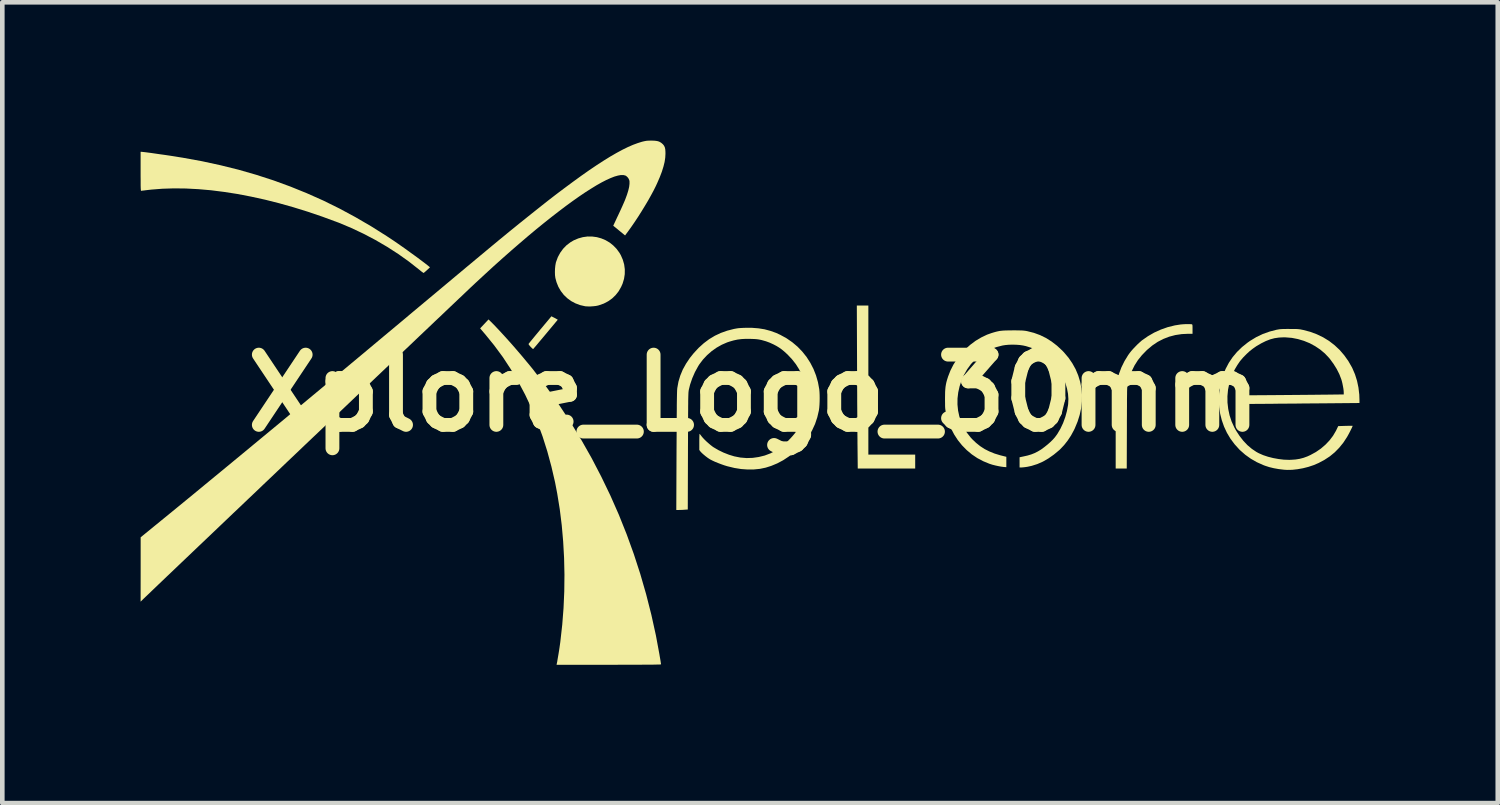
<source format=kicad_pcb>
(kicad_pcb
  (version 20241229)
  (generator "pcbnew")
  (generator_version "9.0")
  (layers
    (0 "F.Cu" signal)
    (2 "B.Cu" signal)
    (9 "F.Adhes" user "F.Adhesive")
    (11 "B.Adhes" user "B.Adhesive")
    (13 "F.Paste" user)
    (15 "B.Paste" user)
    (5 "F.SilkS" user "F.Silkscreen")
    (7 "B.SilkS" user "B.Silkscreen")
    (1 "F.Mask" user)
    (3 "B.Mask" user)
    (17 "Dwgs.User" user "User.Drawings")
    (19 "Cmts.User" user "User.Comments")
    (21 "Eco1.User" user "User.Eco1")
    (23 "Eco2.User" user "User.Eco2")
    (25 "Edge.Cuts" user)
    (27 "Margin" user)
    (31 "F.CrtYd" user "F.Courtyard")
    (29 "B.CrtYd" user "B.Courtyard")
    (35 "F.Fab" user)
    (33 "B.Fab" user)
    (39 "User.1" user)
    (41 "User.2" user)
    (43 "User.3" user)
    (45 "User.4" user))
  (footprint "Xplore_Logo_30mm"
    (layer "F.Cu")
    (at 13.305 5.477)
    (property "Reference" "Xplore_Logo_30mm" (at 0 0 0) (layer "F.SilkS") (effects (font (size 1.524 1.524) (thickness 0.3))))
    (attr board_only exclude_from_pos_files exclude_from_bom)
    (fp_poly (pts (xy 2.481 1.334) (xy 3.497 1.334) (xy 3.497 1.636) (xy 2.251 1.636) (xy 2.246 1.153) (xy 2.245 1.09) (xy 2.245 1.013) (xy 2.244 0.922) (xy 2.243 0.82) (xy 2.242 0.708) (xy 2.242 0.586) (xy 2.241 0.456) (xy 2.24 0.32) (xy 2.239 0.178) (xy 2.239 0.033) (xy 2.238 -0.116) (xy 2.237 -0.266) (xy 2.237 -0.417) (xy 2.236 -0.567) (xy 2.236 -0.614) (xy 2.231 -1.9) (xy 2.481 -1.9)) (stroke (width 0) (type solid)) (fill yes) (layer "F.SilkS"))
    (fp_poly (pts (xy -4.349 -1.643) (xy -4.321 -1.629) (xy -4.295 -1.615) (xy -4.28 -1.606) (xy -4.256 -1.592) (xy -4.52 -1.275) (xy -4.571 -1.214) (xy -4.618 -1.158) (xy -4.662 -1.106) (xy -4.7 -1.06) (xy -4.733 -1.021) (xy -4.76 -0.99) (xy -4.779 -0.968) (xy -4.789 -0.957) (xy -4.79 -0.955) (xy -4.798 -0.96) (xy -4.814 -0.973) (xy -4.834 -0.993) (xy -4.845 -1.004) (xy -4.869 -1.031) (xy -4.884 -1.051) (xy -4.89 -1.064) (xy -4.89 -1.066) (xy -4.884 -1.074) (xy -4.869 -1.093) (xy -4.847 -1.121) (xy -4.817 -1.157) (xy -4.781 -1.201) (xy -4.74 -1.251) (xy -4.695 -1.305) (xy -4.647 -1.363) (xy -4.64 -1.372) (xy -4.394 -1.666)) (stroke (width 0) (type solid)) (fill yes) (layer "F.SilkS"))
    (fp_poly (pts (xy -3.508 -3.396) (xy -3.409 -3.383) (xy -3.312 -3.356) (xy -3.219 -3.317) (xy -3.132 -3.266) (xy -3.052 -3.202) (xy -2.98 -3.128) (xy -2.918 -3.043) (xy -2.888 -2.991) (xy -2.845 -2.892) (xy -2.816 -2.79) (xy -2.802 -2.686) (xy -2.803 -2.581) (xy -2.819 -2.477) (xy -2.85 -2.375) (xy -2.88 -2.307) (xy -2.935 -2.21) (xy -3.001 -2.126) (xy -3.077 -2.053) (xy -3.163 -1.992) (xy -3.258 -1.942) (xy -3.364 -1.905) (xy -3.386 -1.899) (xy -3.43 -1.89) (xy -3.484 -1.884) (xy -3.541 -1.88) (xy -3.596 -1.88) (xy -3.644 -1.882) (xy -3.663 -1.884) (xy -3.772 -1.909) (xy -3.873 -1.947) (xy -3.967 -1.997) (xy -4.051 -2.059) (xy -4.126 -2.131) (xy -4.19 -2.214) (xy -4.243 -2.305) (xy -4.283 -2.405) (xy -4.308 -2.497) (xy -4.316 -2.557) (xy -4.318 -2.625) (xy -4.316 -2.696) (xy -4.309 -2.766) (xy -4.298 -2.828) (xy -4.292 -2.848) (xy -4.254 -2.951) (xy -4.202 -3.046) (xy -4.139 -3.132) (xy -4.065 -3.208) (xy -3.979 -3.273) (xy -3.911 -3.313) (xy -3.812 -3.355) (xy -3.711 -3.383) (xy -3.61 -3.397)) (stroke (width 0) (type solid)) (fill yes) (layer "F.SilkS"))
    (fp_poly (pts (xy 9.446 -1.496) (xy 9.477 -1.495) (xy 9.497 -1.493) (xy 9.501 -1.492) (xy 9.506 -1.487) (xy 9.51 -1.478) (xy 9.512 -1.46) (xy 9.513 -1.433) (xy 9.513 -1.392) (xy 9.513 -1.387) (xy 9.513 -1.287) (xy 9.426 -1.287) (xy 9.28 -1.28) (xy 9.14 -1.259) (xy 9.007 -1.224) (xy 8.88 -1.175) (xy 8.758 -1.112) (xy 8.642 -1.034) (xy 8.531 -0.941) (xy 8.515 -0.926) (xy 8.415 -0.823) (xy 8.328 -0.715) (xy 8.255 -0.6) (xy 8.195 -0.478) (xy 8.146 -0.346) (xy 8.108 -0.205) (xy 8.108 -0.203) (xy 8.105 -0.191) (xy 8.103 -0.179) (xy 8.101 -0.166) (xy 8.099 -0.152) (xy 8.098 -0.135) (xy 8.096 -0.114) (xy 8.095 -0.089) (xy 8.094 -0.059) (xy 8.093 -0.022) (xy 8.093 0.022) (xy 8.092 0.075) (xy 8.091 0.136) (xy 8.091 0.207) (xy 8.091 0.289) (xy 8.09 0.383) (xy 8.09 0.49) (xy 8.089 0.61) (xy 8.089 0.745) (xy 8.089 0.754) (xy 8.086 1.636) (xy 7.846 1.636) (xy 7.846 0.794) (xy 7.846 0.646) (xy 7.847 0.509) (xy 7.847 0.385) (xy 7.848 0.273) (xy 7.848 0.173) (xy 7.849 0.088) (xy 7.85 0.015) (xy 7.851 -0.042) (xy 7.853 -0.086) (xy 7.854 -0.114) (xy 7.855 -0.122) (xy 7.878 -0.27) (xy 7.917 -0.416) (xy 7.97 -0.558) (xy 8.037 -0.694) (xy 8.116 -0.823) (xy 8.148 -0.868) (xy 8.182 -0.911) (xy 8.224 -0.959) (xy 8.272 -1.009) (xy 8.321 -1.059) (xy 8.369 -1.103) (xy 8.411 -1.14) (xy 8.416 -1.144) (xy 8.545 -1.234) (xy 8.682 -1.313) (xy 8.826 -1.378) (xy 8.976 -1.431) (xy 9.13 -1.469) (xy 9.25 -1.488) (xy 9.283 -1.491) (xy 9.323 -1.494) (xy 9.365 -1.496) (xy 9.407 -1.496)) (stroke (width 0) (type solid)) (fill yes) (layer "F.SilkS"))
    (fp_poly (pts (xy -5.708 -1.549) (xy -5.64 -1.481) (xy -5.565 -1.402) (xy -5.483 -1.314) (xy -5.396 -1.219) (xy -5.306 -1.119) (xy -5.214 -1.015) (xy -5.122 -0.908) (xy -5.031 -0.802) (xy -4.944 -0.697) (xy -4.86 -0.596) (xy -4.782 -0.5) (xy -4.765 -0.477) (xy -4.49 -0.116) (xy -4.228 0.254) (xy -3.979 0.632) (xy -3.743 1.019) (xy -3.52 1.413) (xy -3.311 1.815) (xy -3.114 2.224) (xy -2.931 2.639) (xy -2.762 3.062) (xy -2.607 3.49) (xy -2.466 3.924) (xy -2.339 4.364) (xy -2.226 4.809) (xy -2.127 5.258) (xy -2.051 5.668) (xy -2.042 5.723) (xy -2.033 5.773) (xy -2.026 5.816) (xy -2.021 5.85) (xy -2.017 5.873) (xy -2.016 5.883) (xy -2.019 5.884) (xy -2.027 5.885) (xy -2.043 5.887) (xy -2.066 5.888) (xy -2.096 5.888) (xy -2.135 5.889) (xy -2.183 5.89) (xy -2.241 5.891) (xy -2.31 5.891) (xy -2.389 5.891) (xy -2.48 5.892) (xy -2.584 5.892) (xy -2.7 5.892) (xy -2.83 5.892) (xy -2.974 5.893) (xy -3.133 5.893) (xy -4.282 5.893) (xy -4.277 5.867) (xy -4.269 5.83) (xy -4.261 5.78) (xy -4.251 5.722) (xy -4.24 5.658) (xy -4.229 5.591) (xy -4.219 5.525) (xy -4.21 5.462) (xy -4.202 5.406) (xy -4.199 5.381) (xy -4.159 5.023) (xy -4.131 4.663) (xy -4.115 4.3) (xy -4.111 3.938) (xy -4.119 3.577) (xy -4.139 3.219) (xy -4.17 2.865) (xy -4.213 2.518) (xy -4.268 2.178) (xy -4.315 1.934) (xy -4.394 1.593) (xy -4.484 1.261) (xy -4.586 0.939) (xy -4.7 0.628) (xy -4.826 0.326) (xy -4.964 0.034) (xy -5.114 -0.248) (xy -5.276 -0.52) (xy -5.449 -0.783) (xy -5.635 -1.035) (xy -5.832 -1.278) (xy -5.848 -1.296) (xy -5.94 -1.404) (xy -5.849 -1.501) (xy -5.758 -1.598)) (stroke (width 0) (type solid)) (fill yes) (layer "F.SilkS"))
    (fp_poly (pts (xy -13.268 -5.232) (xy -13.237 -5.229) (xy -13.194 -5.224) (xy -13.14 -5.217) (xy -13.078 -5.209) (xy -13.009 -5.199) (xy -12.934 -5.188) (xy -12.856 -5.177) (xy -12.776 -5.166) (xy -12.695 -5.154) (xy -12.616 -5.142) (xy -12.54 -5.13) (xy -12.469 -5.118) (xy -12.404 -5.108) (xy -12.386 -5.105) (xy -11.974 -5.03) (xy -11.573 -4.943) (xy -11.182 -4.846) (xy -10.799 -4.736) (xy -10.425 -4.615) (xy -10.058 -4.481) (xy -9.698 -4.335) (xy -9.343 -4.177) (xy -8.994 -4.005) (xy -8.649 -3.819) (xy -8.307 -3.62) (xy -7.969 -3.407) (xy -7.854 -3.331) (xy -7.796 -3.292) (xy -7.732 -3.248) (xy -7.662 -3.199) (xy -7.589 -3.148) (xy -7.514 -3.094) (xy -7.44 -3.04) (xy -7.366 -2.987) (xy -7.296 -2.936) (xy -7.231 -2.887) (xy -7.172 -2.843) (xy -7.121 -2.804) (xy -7.08 -2.772) (xy -7.052 -2.749) (xy -7.028 -2.729) (xy -7.094 -2.667) (xy -7.121 -2.643) (xy -7.144 -2.623) (xy -7.16 -2.61) (xy -7.168 -2.606) (xy -7.176 -2.611) (xy -7.194 -2.624) (xy -7.22 -2.643) (xy -7.25 -2.668) (xy -7.265 -2.68) (xy -7.485 -2.853) (xy -7.717 -3.018) (xy -7.959 -3.174) (xy -8.211 -3.321) (xy -8.47 -3.457) (xy -8.735 -3.582) (xy -9.004 -3.695) (xy -9.048 -3.711) (xy -9.365 -3.828) (xy -9.68 -3.935) (xy -9.993 -4.032) (xy -10.302 -4.119) (xy -10.607 -4.196) (xy -10.908 -4.262) (xy -11.204 -4.319) (xy -11.494 -4.364) (xy -11.778 -4.4) (xy -12.054 -4.424) (xy -12.323 -4.438) (xy -12.583 -4.441) (xy -12.834 -4.433) (xy -13.076 -4.414) (xy -13.197 -4.4) (xy -13.233 -4.395) (xy -13.264 -4.392) (xy -13.285 -4.389) (xy -13.295 -4.388) (xy -13.297 -4.391) (xy -13.299 -4.399) (xy -13.3 -4.414) (xy -13.302 -4.437) (xy -13.303 -4.468) (xy -13.304 -4.51) (xy -13.304 -4.563) (xy -13.304 -4.628) (xy -13.305 -4.706) (xy -13.305 -4.798) (xy -13.305 -4.811) (xy -13.305 -5.234) (xy -13.286 -5.234)) (stroke (width 0) (type solid)) (fill yes) (layer "F.SilkS"))
    (fp_poly (pts (xy 5.681 -1.361) (xy 5.735 -1.36) (xy 5.779 -1.359) (xy 5.814 -1.358) (xy 5.844 -1.356) (xy 5.87 -1.353) (xy 5.894 -1.35) (xy 5.92 -1.345) (xy 5.93 -1.343) (xy 6.072 -1.307) (xy 6.206 -1.258) (xy 6.335 -1.195) (xy 6.457 -1.118) (xy 6.575 -1.027) (xy 6.688 -0.922) (xy 6.725 -0.883) (xy 6.823 -0.767) (xy 6.907 -0.644) (xy 6.978 -0.516) (xy 7.033 -0.384) (xy 7.075 -0.247) (xy 7.102 -0.107) (xy 7.115 0.036) (xy 7.113 0.181) (xy 7.097 0.327) (xy 7.065 0.474) (xy 7.019 0.62) (xy 6.958 0.767) (xy 6.938 0.808) (xy 6.876 0.922) (xy 6.805 1.029) (xy 6.728 1.127) (xy 6.647 1.213) (xy 6.623 1.236) (xy 6.505 1.334) (xy 6.387 1.417) (xy 6.268 1.486) (xy 6.147 1.539) (xy 6.024 1.578) (xy 5.933 1.598) (xy 5.893 1.604) (xy 5.853 1.609) (xy 5.82 1.612) (xy 5.803 1.613) (xy 5.761 1.613) (xy 5.761 1.392) (xy 5.846 1.374) (xy 5.935 1.354) (xy 6.015 1.33) (xy 6.088 1.301) (xy 6.157 1.266) (xy 6.227 1.224) (xy 6.299 1.171) (xy 6.37 1.114) (xy 6.431 1.06) (xy 6.482 1.01) (xy 6.527 0.959) (xy 6.567 0.905) (xy 6.583 0.882) (xy 6.648 0.771) (xy 6.705 0.65) (xy 6.752 0.522) (xy 6.788 0.391) (xy 6.812 0.262) (xy 6.815 0.236) (xy 6.82 0.129) (xy 6.812 0.016) (xy 6.79 -0.099) (xy 6.756 -0.215) (xy 6.711 -0.33) (xy 6.655 -0.443) (xy 6.588 -0.55) (xy 6.522 -0.638) (xy 6.443 -0.724) (xy 6.352 -0.802) (xy 6.25 -0.871) (xy 6.139 -0.931) (xy 6.021 -0.981) (xy 5.899 -1.019) (xy 5.836 -1.033) (xy 5.768 -1.043) (xy 5.69 -1.049) (xy 5.608 -1.051) (xy 5.527 -1.049) (xy 5.451 -1.042) (xy 5.389 -1.032) (xy 5.251 -0.996) (xy 5.123 -0.946) (xy 5.004 -0.884) (xy 4.894 -0.811) (xy 4.795 -0.725) (xy 4.705 -0.628) (xy 4.626 -0.519) (xy 4.557 -0.399) (xy 4.505 -0.283) (xy 4.461 -0.15) (xy 4.431 -0.017) (xy 4.415 0.116) (xy 4.414 0.248) (xy 4.427 0.378) (xy 4.454 0.504) (xy 4.494 0.626) (xy 4.548 0.744) (xy 4.616 0.855) (xy 4.696 0.958) (xy 4.732 0.998) (xy 4.818 1.08) (xy 4.907 1.151) (xy 5.002 1.213) (xy 5.105 1.265) (xy 5.218 1.311) (xy 5.343 1.349) (xy 5.402 1.364) (xy 5.474 1.382) (xy 5.474 1.607) (xy 5.414 1.602) (xy 5.362 1.595) (xy 5.301 1.584) (xy 5.237 1.57) (xy 5.173 1.554) (xy 5.117 1.536) (xy 5.11 1.534) (xy 4.974 1.478) (xy 4.845 1.41) (xy 4.725 1.329) (xy 4.614 1.236) (xy 4.513 1.133) (xy 4.422 1.02) (xy 4.342 0.897) (xy 4.274 0.766) (xy 4.219 0.627) (xy 4.176 0.481) (xy 4.166 0.438) (xy 4.16 0.407) (xy 4.155 0.38) (xy 4.151 0.355) (xy 4.148 0.329) (xy 4.146 0.299) (xy 4.145 0.262) (xy 4.145 0.217) (xy 4.144 0.16) (xy 4.144 0.124) (xy 4.145 0.044) (xy 4.146 -0.025) (xy 4.15 -0.083) (xy 4.155 -0.135) (xy 4.163 -0.184) (xy 4.173 -0.233) (xy 4.187 -0.284) (xy 4.205 -0.341) (xy 4.211 -0.36) (xy 4.262 -0.491) (xy 4.326 -0.617) (xy 4.402 -0.737) (xy 4.49 -0.85) (xy 4.588 -0.955) (xy 4.694 -1.05) (xy 4.808 -1.135) (xy 4.929 -1.207) (xy 5.054 -1.267) (xy 5.149 -1.301) (xy 5.201 -1.317) (xy 5.247 -1.33) (xy 5.289 -1.34) (xy 5.33 -1.348) (xy 5.373 -1.353) (xy 5.42 -1.357) (xy 5.475 -1.359) (xy 5.54 -1.36) (xy 5.613 -1.361)) (stroke (width 0) (type solid)) (fill yes) (layer "F.SilkS"))
    (fp_poly (pts (xy 11.618 -1.391) (xy 11.68 -1.391) (xy 11.728 -1.391) (xy 11.767 -1.39) (xy 11.799 -1.388) (xy 11.827 -1.385) (xy 11.853 -1.382) (xy 11.881 -1.376) (xy 11.911 -1.37) (xy 12.064 -1.33) (xy 12.209 -1.276) (xy 12.346 -1.21) (xy 12.475 -1.131) (xy 12.594 -1.039) (xy 12.704 -0.936) (xy 12.803 -0.821) (xy 12.892 -0.696) (xy 12.97 -0.56) (xy 12.98 -0.54) (xy 13.037 -0.407) (xy 13.081 -0.267) (xy 13.112 -0.12) (xy 13.13 0.032) (xy 13.134 0.148) (xy 13.134 0.215) (xy 12.465 0.221) (xy 12.344 0.222) (xy 12.211 0.223) (xy 12.07 0.224) (xy 11.924 0.225) (xy 11.776 0.227) (xy 11.629 0.228) (xy 11.487 0.229) (xy 11.352 0.23) (xy 11.227 0.232) (xy 11.161 0.232) (xy 11.063 0.233) (xy 10.97 0.234) (xy 10.882 0.234) (xy 10.801 0.235) (xy 10.728 0.235) (xy 10.665 0.236) (xy 10.611 0.236) (xy 10.569 0.236) (xy 10.54 0.236) (xy 10.524 0.235) (xy 10.522 0.235) (xy 10.52 0.227) (xy 10.518 0.206) (xy 10.517 0.176) (xy 10.515 0.141) (xy 10.512 0.049) (xy 11.247 0.044) (xy 11.364 0.043) (xy 11.485 0.042) (xy 11.608 0.041) (xy 11.73 0.04) (xy 11.85 0.039) (xy 11.966 0.038) (xy 12.076 0.037) (xy 12.177 0.036) (xy 12.268 0.035) (xy 12.347 0.034) (xy 12.388 0.034) (xy 12.793 0.029) (xy 12.793 -0.012) (xy 12.791 -0.05) (xy 12.785 -0.099) (xy 12.775 -0.154) (xy 12.764 -0.21) (xy 12.751 -0.263) (xy 12.739 -0.302) (xy 12.697 -0.411) (xy 12.641 -0.522) (xy 12.573 -0.631) (xy 12.496 -0.737) (xy 12.474 -0.764) (xy 12.384 -0.859) (xy 12.283 -0.944) (xy 12.173 -1.018) (xy 12.055 -1.082) (xy 11.93 -1.133) (xy 11.8 -1.172) (xy 11.667 -1.198) (xy 11.532 -1.209) (xy 11.489 -1.21) (xy 11.388 -1.205) (xy 11.292 -1.191) (xy 11.198 -1.166) (xy 11.103 -1.129) (xy 11.004 -1.08) (xy 10.98 -1.066) (xy 10.895 -1.016) (xy 10.821 -0.964) (xy 10.751 -0.909) (xy 10.686 -0.849) (xy 10.609 -0.771) (xy 10.543 -0.693) (xy 10.486 -0.61) (xy 10.432 -0.519) (xy 10.41 -0.476) (xy 10.354 -0.346) (xy 10.311 -0.211) (xy 10.283 -0.074) (xy 10.27 0.066) (xy 10.271 0.205) (xy 10.287 0.344) (xy 10.316 0.481) (xy 10.36 0.615) (xy 10.419 0.744) (xy 10.455 0.81) (xy 10.532 0.928) (xy 10.615 1.035) (xy 10.704 1.129) (xy 10.799 1.209) (xy 10.898 1.276) (xy 10.952 1.305) (xy 11.046 1.346) (xy 11.151 1.381) (xy 11.263 1.409) (xy 11.379 1.43) (xy 11.494 1.444) (xy 11.607 1.448) (xy 11.649 1.447) (xy 11.748 1.44) (xy 11.836 1.426) (xy 11.92 1.404) (xy 12.005 1.373) (xy 12.07 1.343) (xy 12.189 1.278) (xy 12.298 1.203) (xy 12.397 1.118) (xy 12.485 1.025) (xy 12.561 0.925) (xy 12.624 0.818) (xy 12.638 0.789) (xy 12.673 0.716) (xy 12.828 0.711) (xy 12.875 0.71) (xy 12.917 0.709) (xy 12.951 0.709) (xy 12.974 0.709) (xy 12.985 0.709) (xy 12.985 0.709) (xy 12.984 0.717) (xy 12.976 0.737) (xy 12.963 0.765) (xy 12.946 0.799) (xy 12.927 0.837) (xy 12.907 0.876) (xy 12.886 0.914) (xy 12.867 0.948) (xy 12.864 0.953) (xy 12.784 1.075) (xy 12.695 1.185) (xy 12.598 1.284) (xy 12.491 1.372) (xy 12.372 1.45) (xy 12.246 1.517) (xy 12.141 1.562) (xy 12.027 1.6) (xy 11.909 1.63) (xy 11.791 1.651) (xy 11.675 1.664) (xy 11.564 1.666) (xy 11.498 1.662) (xy 11.381 1.648) (xy 11.275 1.629) (xy 11.176 1.605) (xy 11.081 1.574) (xy 11.05 1.562) (xy 10.909 1.499) (xy 10.778 1.424) (xy 10.656 1.337) (xy 10.542 1.237) (xy 10.526 1.221) (xy 10.424 1.108) (xy 10.335 0.988) (xy 10.259 0.861) (xy 10.197 0.728) (xy 10.148 0.589) (xy 10.112 0.447) (xy 10.09 0.302) (xy 10.082 0.155) (xy 10.089 0.007) (xy 10.109 -0.142) (xy 10.144 -0.289) (xy 10.193 -0.435) (xy 10.232 -0.528) (xy 10.301 -0.658) (xy 10.383 -0.78) (xy 10.478 -0.893) (xy 10.586 -0.998) (xy 10.707 -1.095) (xy 10.761 -1.133) (xy 10.896 -1.215) (xy 11.037 -1.282) (xy 11.185 -1.335) (xy 11.336 -1.374) (xy 11.366 -1.379) (xy 11.393 -1.384) (xy 11.421 -1.387) (xy 11.452 -1.389) (xy 11.489 -1.391) (xy 11.534 -1.391) (xy 11.591 -1.392)) (stroke (width 0) (type solid)) (fill yes) (layer "F.SilkS"))
    (fp_poly (pts (xy -0.041 -1.416) (xy 0.098 -1.405) (xy 0.229 -1.384) (xy 0.356 -1.35) (xy 0.479 -1.306) (xy 0.57 -1.264) (xy 0.705 -1.19) (xy 0.83 -1.104) (xy 0.945 -1.007) (xy 1.049 -0.899) (xy 1.142 -0.782) (xy 1.222 -0.657) (xy 1.291 -0.523) (xy 1.346 -0.383) (xy 1.388 -0.236) (xy 1.416 -0.083) (xy 1.416 -0.082) (xy 1.421 -0.027) (xy 1.424 0.038) (xy 1.425 0.109) (xy 1.424 0.181) (xy 1.421 0.252) (xy 1.416 0.316) (xy 1.409 0.369) (xy 1.408 0.376) (xy 1.373 0.526) (xy 1.325 0.669) (xy 1.262 0.806) (xy 1.186 0.935) (xy 1.095 1.058) (xy 0.991 1.175) (xy 0.881 1.277) (xy 0.758 1.374) (xy 0.634 1.456) (xy 0.506 1.524) (xy 0.374 1.579) (xy 0.254 1.617) (xy 0.13 1.643) (xy -0.001 1.656) (xy -0.138 1.657) (xy -0.279 1.647) (xy -0.423 1.624) (xy -0.568 1.589) (xy -0.58 1.586) (xy -0.645 1.566) (xy -0.713 1.542) (xy -0.781 1.516) (xy -0.845 1.49) (xy -0.901 1.464) (xy -0.948 1.44) (xy -0.958 1.434) (xy -1.001 1.406) (xy -1.046 1.372) (xy -1.09 1.336) (xy -1.128 1.302) (xy -1.158 1.271) (xy -1.162 1.266) (xy -1.186 1.234) (xy -1.186 1.059) (xy -1.186 1.009) (xy -1.185 0.964) (xy -1.184 0.928) (xy -1.183 0.901) (xy -1.181 0.886) (xy -1.18 0.884) (xy -1.173 0.89) (xy -1.16 0.906) (xy -1.144 0.927) (xy -1.144 0.928) (xy -1.116 0.962) (xy -1.078 1.003) (xy -1.034 1.046) (xy -0.987 1.088) (xy -0.94 1.128) (xy -0.897 1.161) (xy -0.883 1.171) (xy -0.777 1.234) (xy -0.662 1.29) (xy -0.542 1.337) (xy -0.427 1.372) (xy -0.295 1.398) (xy -0.161 1.409) (xy -0.028 1.405) (xy 0.104 1.386) (xy 0.233 1.354) (xy 0.358 1.307) (xy 0.478 1.246) (xy 0.57 1.188) (xy 0.607 1.159) (xy 0.651 1.121) (xy 0.698 1.076) (xy 0.748 1.027) (xy 0.796 0.977) (xy 0.84 0.928) (xy 0.877 0.884) (xy 0.901 0.853) (xy 0.965 0.751) (xy 1.021 0.64) (xy 1.067 0.524) (xy 1.1 0.406) (xy 1.104 0.388) (xy 1.116 0.317) (xy 1.125 0.236) (xy 1.129 0.151) (xy 1.13 0.066) (xy 1.126 -0.01) (xy 1.108 -0.148) (xy 1.078 -0.278) (xy 1.035 -0.401) (xy 0.978 -0.517) (xy 0.908 -0.628) (xy 0.824 -0.735) (xy 0.725 -0.84) (xy 0.717 -0.847) (xy 0.657 -0.902) (xy 0.601 -0.948) (xy 0.546 -0.987) (xy 0.487 -1.023) (xy 0.422 -1.057) (xy 0.341 -1.094) (xy 0.26 -1.124) (xy 0.172 -1.149) (xy 0.155 -1.153) (xy 0.121 -1.16) (xy 0.087 -1.166) (xy 0.051 -1.17) (xy 0.009 -1.173) (xy -0.043 -1.175) (xy -0.074 -1.176) (xy -0.177 -1.177) (xy -0.27 -1.172) (xy -0.357 -1.161) (xy -0.441 -1.143) (xy -0.528 -1.118) (xy -0.582 -1.1) (xy -0.699 -1.049) (xy -0.812 -0.985) (xy -0.919 -0.909) (xy -1.018 -0.822) (xy -1.107 -0.727) (xy -1.185 -0.624) (xy -1.209 -0.586) (xy -1.28 -0.457) (xy -1.339 -0.322) (xy -1.386 -0.184) (xy -1.412 -0.078) (xy -1.414 -0.068) (xy -1.416 -0.057) (xy -1.418 -0.046) (xy -1.419 -0.033) (xy -1.421 -0.017) (xy -1.422 0.003) (xy -1.423 0.026) (xy -1.424 0.054) (xy -1.425 0.088) (xy -1.426 0.128) (xy -1.427 0.175) (xy -1.427 0.23) (xy -1.428 0.294) (xy -1.428 0.366) (xy -1.429 0.449) (xy -1.429 0.543) (xy -1.43 0.648) (xy -1.43 0.765) (xy -1.431 0.896) (xy -1.431 1.04) (xy -1.432 1.198) (xy -1.432 1.261) (xy -1.436 2.525) (xy -1.511 2.53) (xy -1.551 2.533) (xy -1.592 2.534) (xy -1.626 2.535) (xy -1.635 2.535) (xy -1.685 2.535) (xy -1.68 1.254) (xy -1.679 1.083) (xy -1.678 0.926) (xy -1.677 0.784) (xy -1.677 0.655) (xy -1.676 0.539) (xy -1.675 0.435) (xy -1.674 0.343) (xy -1.674 0.261) (xy -1.673 0.189) (xy -1.672 0.127) (xy -1.671 0.073) (xy -1.67 0.027) (xy -1.669 -0.011) (xy -1.668 -0.043) (xy -1.667 -0.069) (xy -1.665 -0.089) (xy -1.664 -0.105) (xy -1.663 -0.112) (xy -1.638 -0.249) (xy -1.598 -0.382) (xy -1.544 -0.512) (xy -1.474 -0.638) (xy -1.39 -0.763) (xy -1.309 -0.864) (xy -1.201 -0.981) (xy -1.089 -1.082) (xy -0.972 -1.17) (xy -0.849 -1.244) (xy -0.719 -1.305) (xy -0.581 -1.354) (xy -0.433 -1.392) (xy -0.432 -1.392) (xy -0.389 -1.4) (xy -0.347 -1.407) (xy -0.301 -1.411) (xy -0.248 -1.414) (xy -0.19 -1.416)) (stroke (width 0) (type solid)) (fill yes) (layer "F.SilkS"))
    (fp_poly (pts (xy -2.171 -5.476) (xy -2.121 -5.471) (xy -2.08 -5.463) (xy -2.045 -5.449) (xy -2.014 -5.43) (xy -2.007 -5.425) (xy -1.975 -5.397) (xy -1.952 -5.368) (xy -1.935 -5.334) (xy -1.925 -5.292) (xy -1.921 -5.24) (xy -1.92 -5.191) (xy -1.925 -5.105) (xy -1.939 -5.013) (xy -1.964 -4.912) (xy -1.998 -4.803) (xy -2.043 -4.685) (xy -2.099 -4.556) (xy -2.128 -4.493) (xy -2.176 -4.397) (xy -2.232 -4.293) (xy -2.295 -4.18) (xy -2.364 -4.064) (xy -2.437 -3.945) (xy -2.512 -3.826) (xy -2.589 -3.71) (xy -2.666 -3.598) (xy -2.741 -3.494) (xy -2.772 -3.453) (xy -2.796 -3.42) (xy -2.854 -3.468) (xy -2.886 -3.494) (xy -2.924 -3.525) (xy -2.962 -3.557) (xy -2.983 -3.574) (xy -3.053 -3.631) (xy -3.018 -3.705) (xy -2.971 -3.806) (xy -2.927 -3.899) (xy -2.888 -3.983) (xy -2.854 -4.058) (xy -2.826 -4.122) (xy -2.803 -4.175) (xy -2.789 -4.21) (xy -2.753 -4.308) (xy -2.726 -4.396) (xy -2.708 -4.472) (xy -2.7 -4.538) (xy -2.7 -4.592) (xy -2.705 -4.619) (xy -2.721 -4.654) (xy -2.745 -4.686) (xy -2.774 -4.711) (xy -2.789 -4.719) (xy -2.833 -4.73) (xy -2.888 -4.73) (xy -2.953 -4.718) (xy -3.027 -4.697) (xy -3.111 -4.664) (xy -3.204 -4.622) (xy -3.305 -4.57) (xy -3.415 -4.508) (xy -3.532 -4.436) (xy -3.658 -4.356) (xy -3.791 -4.266) (xy -3.93 -4.168) (xy -4.077 -4.061) (xy -4.23 -3.945) (xy -4.389 -3.822) (xy -4.554 -3.691) (xy -4.725 -3.552) (xy -4.9 -3.406) (xy -5.08 -3.252) (xy -5.265 -3.092) (xy -5.454 -2.925) (xy -5.647 -2.752) (xy -5.843 -2.572) (xy -6.043 -2.387) (xy -6.15 -2.287) (xy -6.2 -2.239) (xy -6.259 -2.183) (xy -6.328 -2.117) (xy -6.406 -2.044) (xy -6.492 -1.962) (xy -6.586 -1.873) (xy -6.688 -1.776) (xy -6.797 -1.672) (xy -6.914 -1.562) (xy -7.036 -1.445) (xy -7.165 -1.323) (xy -7.3 -1.195) (xy -7.44 -1.061) (xy -7.586 -0.923) (xy -7.736 -0.781) (xy -7.89 -0.634) (xy -8.048 -0.484) (xy -8.21 -0.33) (xy -8.375 -0.173) (xy -8.542 -0.014) (xy -8.712 0.148) (xy -8.884 0.312) (xy -9.058 0.477) (xy -9.233 0.643) (xy -9.409 0.811) (xy -9.585 0.978) (xy -9.762 1.146) (xy -9.938 1.314) (xy -10.114 1.481) (xy -10.288 1.647) (xy -10.461 1.812) (xy -10.633 1.975) (xy -10.802 2.137) (xy -10.969 2.295) (xy -11.133 2.452) (xy -11.294 2.604) (xy -11.451 2.754) (xy -11.604 2.9) (xy -11.752 3.041) (xy -11.896 3.178) (xy -12.035 3.31) (xy -12.168 3.437) (xy -12.295 3.558) (xy -12.416 3.673) (xy -12.53 3.782) (xy -12.637 3.884) (xy -12.737 3.979) (xy -12.829 4.067) (xy -12.912 4.146) (xy -12.987 4.218) (xy -13.053 4.281) (xy -13.11 4.336) (xy -13.157 4.381) (xy -13.194 4.416) (xy -13.221 4.442) (xy -13.237 4.457) (xy -13.237 4.457) (xy -13.305 4.524) (xy -13.304 3.826) (xy -13.304 3.128) (xy -12.853 2.76) (xy -12.515 2.484) (xy -12.166 2.198) (xy -11.806 1.901) (xy -11.433 1.594) (xy -11.049 1.277) (xy -10.654 0.95) (xy -10.246 0.613) (xy -9.828 0.265) (xy -9.397 -0.093) (xy -8.955 -0.461) (xy -8.501 -0.839) (xy -8.036 -1.228) (xy -7.559 -1.626) (xy -7.455 -1.714) (xy -7.267 -1.871) (xy -7.09 -2.019) (xy -6.924 -2.157) (xy -6.769 -2.287) (xy -6.623 -2.409) (xy -6.487 -2.523) (xy -6.36 -2.629) (xy -6.242 -2.728) (xy -6.131 -2.82) (xy -6.028 -2.906) (xy -5.932 -2.986) (xy -5.843 -3.06) (xy -5.759 -3.13) (xy -5.681 -3.195) (xy -5.608 -3.255) (xy -5.54 -3.312) (xy -5.475 -3.365) (xy -5.415 -3.414) (xy -5.357 -3.462) (xy -5.302 -3.507) (xy -5.249 -3.55) (xy -5.198 -3.591) (xy -5.148 -3.632) (xy -5.099 -3.672) (xy -5.05 -3.711) (xy -5 -3.751) (xy -4.95 -3.791) (xy -4.898 -3.833) (xy -4.845 -3.875) (xy -4.838 -3.881) (xy -4.75 -3.951) (xy -4.673 -4.012) (xy -4.604 -4.067) (xy -4.542 -4.116) (xy -4.486 -4.16) (xy -4.434 -4.201) (xy -4.383 -4.24) (xy -4.334 -4.278) (xy -4.283 -4.317) (xy -4.229 -4.358) (xy -4.17 -4.402) (xy -4.121 -4.439) (xy -3.928 -4.582) (xy -3.746 -4.714) (xy -3.574 -4.835) (xy -3.411 -4.945) (xy -3.258 -5.044) (xy -3.114 -5.133) (xy -2.979 -5.211) (xy -2.853 -5.279) (xy -2.735 -5.337) (xy -2.625 -5.385) (xy -2.522 -5.423) (xy -2.43 -5.452) (xy -2.388 -5.462) (xy -2.354 -5.469) (xy -2.321 -5.474) (xy -2.285 -5.476) (xy -2.239 -5.477) (xy -2.233 -5.477)) (stroke (width 0) (type solid)) (fill yes) (layer "F.SilkS")))
  (gr_rect
    (start -3 -3)
    (end 29.439 14.37)
    (stroke (width 0.1) (type default))
    (fill no)
    (layer "Edge.Cuts")))
</source>
